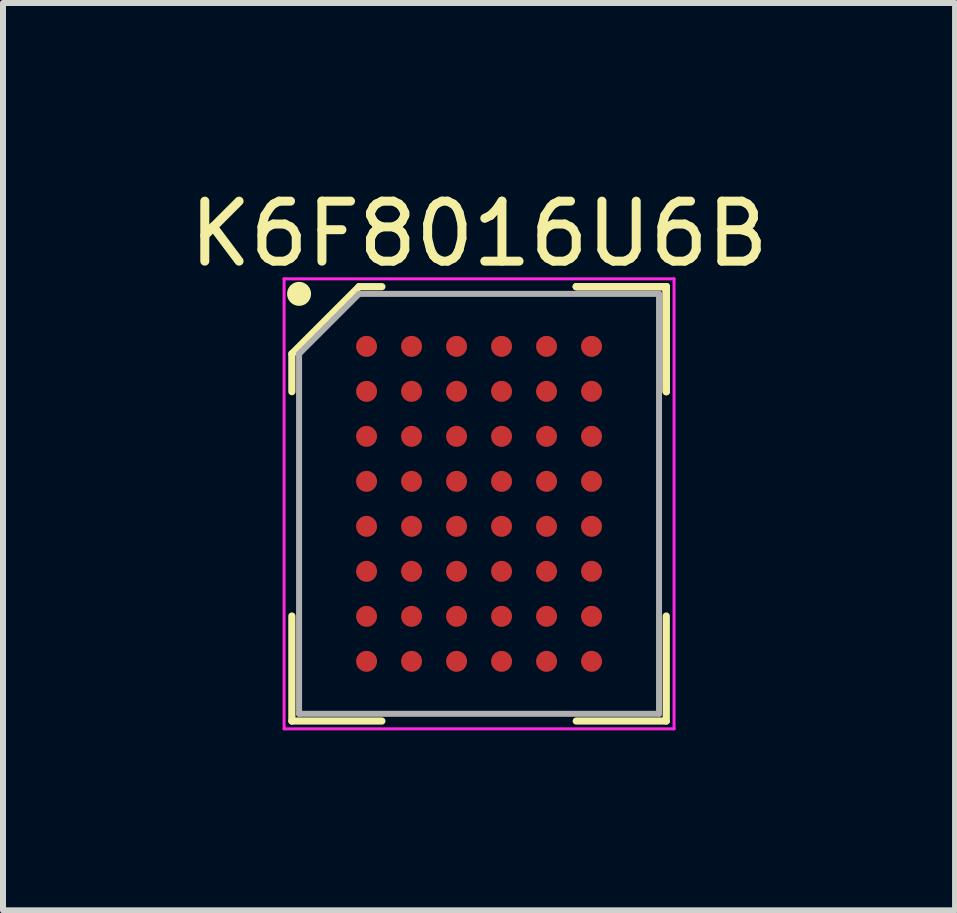
<source format=kicad_pcb>
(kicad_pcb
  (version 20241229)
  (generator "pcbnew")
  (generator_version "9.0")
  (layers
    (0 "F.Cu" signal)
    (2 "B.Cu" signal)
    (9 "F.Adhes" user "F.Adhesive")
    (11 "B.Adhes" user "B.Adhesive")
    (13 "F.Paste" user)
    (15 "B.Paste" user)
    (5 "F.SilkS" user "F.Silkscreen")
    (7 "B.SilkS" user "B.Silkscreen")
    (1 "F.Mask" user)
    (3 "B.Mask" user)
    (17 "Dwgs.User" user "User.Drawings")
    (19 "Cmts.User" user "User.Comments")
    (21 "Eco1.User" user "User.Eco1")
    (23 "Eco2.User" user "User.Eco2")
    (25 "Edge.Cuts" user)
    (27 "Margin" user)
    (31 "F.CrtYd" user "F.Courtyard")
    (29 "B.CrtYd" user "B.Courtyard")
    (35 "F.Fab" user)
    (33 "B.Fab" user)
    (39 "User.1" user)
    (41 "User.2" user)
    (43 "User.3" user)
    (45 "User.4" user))
  (footprint "K6F8016U6B"
    (layer "F.Cu")
    (at 4.935 5.348)
    (property "Reference" "K6F8016U6B" (at 0 -4.5 0) (layer "F.SilkS") (effects (font (size 1 1) (thickness 0.15))))
    (attr smd)
    (fp_line (start -3.12 -2.5) (end -3.12 -1.87) (stroke (width 0.12) (type solid)) (layer "F.SilkS"))
    (fp_line (start -3.12 3.62) (end -3.12 1.87) (stroke (width 0.12) (type solid)) (layer "F.SilkS"))
    (fp_line (start -2 -3.62) (end -3.12 -2.5) (stroke (width 0.12) (type solid)) (layer "F.SilkS"))
    (fp_line (start -1.62 -3.62) (end -2 -3.62) (stroke (width 0.12) (type solid)) (layer "F.SilkS"))
    (fp_line (start -1.62 3.62) (end -3.12 3.62) (stroke (width 0.12) (type solid)) (layer "F.SilkS"))
    (fp_line (start 1.62 -3.62) (end 3.12 -3.62) (stroke (width 0.12) (type solid)) (layer "F.SilkS"))
    (fp_line (start 1.62 -3.62) (end 3.12 -3.62) (stroke (width 0.12) (type solid)) (layer "F.SilkS"))
    (fp_line (start 1.62 -3.62) (end 3.12 -3.62) (stroke (width 0.12) (type solid)) (layer "F.SilkS"))
    (fp_line (start 1.62 3.62) (end 3.12 3.62) (stroke (width 0.12) (type solid)) (layer "F.SilkS"))
    (fp_line (start 3.12 -3.62) (end 3.12 -1.87) (stroke (width 0.12) (type solid)) (layer "F.SilkS"))
    (fp_line (start 3.12 -3.62) (end 3.12 -1.87) (stroke (width 0.12) (type solid)) (layer "F.SilkS"))
    (fp_line (start 3.12 -3.62) (end 3.12 -1.87) (stroke (width 0.12) (type solid)) (layer "F.SilkS"))
    (fp_line (start 3.12 3.62) (end 3.12 1.87) (stroke (width 0.12) (type solid)) (layer "F.SilkS"))
    (fp_circle (center -3 -3.5) (end -3 -3.4) (stroke (width 0.2) (type solid)) (fill no) (layer "F.SilkS"))
    (fp_line (start -3.25 -3.75) (end 3.25 -3.75) (stroke (width 0.05) (type solid)) (layer "F.CrtYd"))
    (fp_line (start -3.25 3.75) (end -3.25 -3.75) (stroke (width 0.05) (type solid)) (layer "F.CrtYd"))
    (fp_line (start 3.25 -3.75) (end 3.25 3.75) (stroke (width 0.05) (type solid)) (layer "F.CrtYd"))
    (fp_line (start 3.25 3.75) (end -3.25 3.75) (stroke (width 0.05) (type solid)) (layer "F.CrtYd"))
    (fp_line (start -3 -2.5) (end -3 3.5) (stroke (width 0.1) (type solid)) (layer "F.Fab"))
    (fp_line (start -3 3.5) (end 3 3.5) (stroke (width 0.1) (type solid)) (layer "F.Fab"))
    (fp_line (start -2 -3.5) (end -3 -2.5) (stroke (width 0.1) (type solid)) (layer "F.Fab"))
    (fp_line (start 3 -3.5) (end -2 -3.5) (stroke (width 0.1) (type solid)) (layer "F.Fab"))
    (fp_line (start 3 3.5) (end 3 -3.5) (stroke (width 0.1) (type solid)) (layer "F.Fab"))
    (pad "A1" smd circle (at -1.875 -2.625) (size 0.35 0.35) (layers "F.Cu" "F.Mask" "F.Paste"))
    (pad "A2" smd circle (at -1.125 -2.625) (size 0.35 0.35) (layers "F.Cu" "F.Mask" "F.Paste"))
    (pad "A3" smd circle (at -0.375 -2.625) (size 0.35 0.35) (layers "F.Cu" "F.Mask" "F.Paste"))
    (pad "A4" smd circle (at 0.375 -2.625) (size 0.35 0.35) (layers "F.Cu" "F.Mask" "F.Paste"))
    (pad "A5" smd circle (at 1.125 -2.625) (size 0.35 0.35) (layers "F.Cu" "F.Mask" "F.Paste"))
    (pad "A6" smd circle (at 1.875 -2.625) (size 0.35 0.35) (layers "F.Cu" "F.Mask" "F.Paste"))
    (pad "B1" smd circle (at -1.875 -1.875) (size 0.35 0.35) (layers "F.Cu" "F.Mask" "F.Paste"))
    (pad "B2" smd circle (at -1.125 -1.875) (size 0.35 0.35) (layers "F.Cu" "F.Mask" "F.Paste"))
    (pad "B3" smd circle (at -0.375 -1.875) (size 0.35 0.35) (layers "F.Cu" "F.Mask" "F.Paste"))
    (pad "B4" smd circle (at 0.375 -1.875) (size 0.35 0.35) (layers "F.Cu" "F.Mask" "F.Paste"))
    (pad "B5" smd circle (at 1.125 -1.875) (size 0.35 0.35) (layers "F.Cu" "F.Mask" "F.Paste"))
    (pad "B6" smd circle (at 1.875 -1.875) (size 0.35 0.35) (layers "F.Cu" "F.Mask" "F.Paste"))
    (pad "C1" smd circle (at -1.875 -1.125) (size 0.35 0.35) (layers "F.Cu" "F.Mask" "F.Paste"))
    (pad "C2" smd circle (at -1.125 -1.125) (size 0.35 0.35) (layers "F.Cu" "F.Mask" "F.Paste"))
    (pad "C3" smd circle (at -0.375 -1.125) (size 0.35 0.35) (layers "F.Cu" "F.Mask" "F.Paste"))
    (pad "C4" smd circle (at 0.375 -1.125) (size 0.35 0.35) (layers "F.Cu" "F.Mask" "F.Paste"))
    (pad "C5" smd circle (at 1.125 -1.125) (size 0.35 0.35) (layers "F.Cu" "F.Mask" "F.Paste"))
    (pad "C6" smd circle (at 1.875 -1.125) (size 0.35 0.35) (layers "F.Cu" "F.Mask" "F.Paste"))
    (pad "D1" smd circle (at -1.875 -0.375) (size 0.35 0.35) (layers "F.Cu" "F.Mask" "F.Paste"))
    (pad "D2" smd circle (at -1.125 -0.375) (size 0.35 0.35) (layers "F.Cu" "F.Mask" "F.Paste"))
    (pad "D3" smd circle (at -0.375 -0.375) (size 0.35 0.35) (layers "F.Cu" "F.Mask" "F.Paste"))
    (pad "D4" smd circle (at 0.375 -0.375) (size 0.35 0.35) (layers "F.Cu" "F.Mask" "F.Paste"))
    (pad "D5" smd circle (at 1.125 -0.375) (size 0.35 0.35) (layers "F.Cu" "F.Mask" "F.Paste"))
    (pad "D6" smd circle (at 1.875 -0.375) (size 0.35 0.35) (layers "F.Cu" "F.Mask" "F.Paste"))
    (pad "E1" smd circle (at -1.875 0.375) (size 0.35 0.35) (layers "F.Cu" "F.Mask" "F.Paste"))
    (pad "E2" smd circle (at -1.125 0.375) (size 0.35 0.35) (layers "F.Cu" "F.Mask" "F.Paste"))
    (pad "E3" smd circle (at -0.375 0.375) (size 0.35 0.35) (layers "F.Cu" "F.Mask" "F.Paste"))
    (pad "E4" smd circle (at 0.375 0.375) (size 0.35 0.35) (layers "F.Cu" "F.Mask" "F.Paste"))
    (pad "E5" smd circle (at 1.125 0.375) (size 0.35 0.35) (layers "F.Cu" "F.Mask" "F.Paste"))
    (pad "E6" smd circle (at 1.875 0.375) (size 0.35 0.35) (layers "F.Cu" "F.Mask" "F.Paste"))
    (pad "F1" smd circle (at -1.875 1.125) (size 0.35 0.35) (layers "F.Cu" "F.Mask" "F.Paste"))
    (pad "F2" smd circle (at -1.125 1.125) (size 0.35 0.35) (layers "F.Cu" "F.Mask" "F.Paste"))
    (pad "F3" smd circle (at -0.375 1.125) (size 0.35 0.35) (layers "F.Cu" "F.Mask" "F.Paste"))
    (pad "F4" smd circle (at 0.375 1.125) (size 0.35 0.35) (layers "F.Cu" "F.Mask" "F.Paste"))
    (pad "F5" smd circle (at 1.125 1.125) (size 0.35 0.35) (layers "F.Cu" "F.Mask" "F.Paste"))
    (pad "F6" smd circle (at 1.875 1.125) (size 0.35 0.35) (layers "F.Cu" "F.Mask" "F.Paste"))
    (pad "G1" smd circle (at -1.875 1.875) (size 0.35 0.35) (layers "F.Cu" "F.Mask" "F.Paste"))
    (pad "G2" smd circle (at -1.125 1.875) (size 0.35 0.35) (layers "F.Cu" "F.Mask" "F.Paste"))
    (pad "G3" smd circle (at -0.375 1.875) (size 0.35 0.35) (layers "F.Cu" "F.Mask" "F.Paste"))
    (pad "G4" smd circle (at 0.375 1.875) (size 0.35 0.35) (layers "F.Cu" "F.Mask" "F.Paste"))
    (pad "G5" smd circle (at 1.125 1.875) (size 0.35 0.35) (layers "F.Cu" "F.Mask" "F.Paste"))
    (pad "G6" smd circle (at 1.875 1.875) (size 0.35 0.35) (layers "F.Cu" "F.Mask" "F.Paste"))
    (pad "H1" smd circle (at -1.875 2.625) (size 0.35 0.35) (layers "F.Cu" "F.Mask" "F.Paste"))
    (pad "H2" smd circle (at -1.125 2.625) (size 0.35 0.35) (layers "F.Cu" "F.Mask" "F.Paste"))
    (pad "H3" smd circle (at -0.375 2.625) (size 0.35 0.35) (layers "F.Cu" "F.Mask" "F.Paste"))
    (pad "H4" smd circle (at 0.375 2.625) (size 0.35 0.35) (layers "F.Cu" "F.Mask" "F.Paste"))
    (pad "H5" smd circle (at 1.125 2.625) (size 0.35 0.35) (layers "F.Cu" "F.Mask" "F.Paste"))
    (pad "H6" smd circle (at 1.875 2.625) (size 0.35 0.35) (layers "F.Cu" "F.Mask" "F.Paste")))
  (gr_rect
    (start -3 -3)
    (end 12.869 12.123)
    (stroke (width 0.1) (type default))
    (fill no)
    (layer "Edge.Cuts")))
</source>
